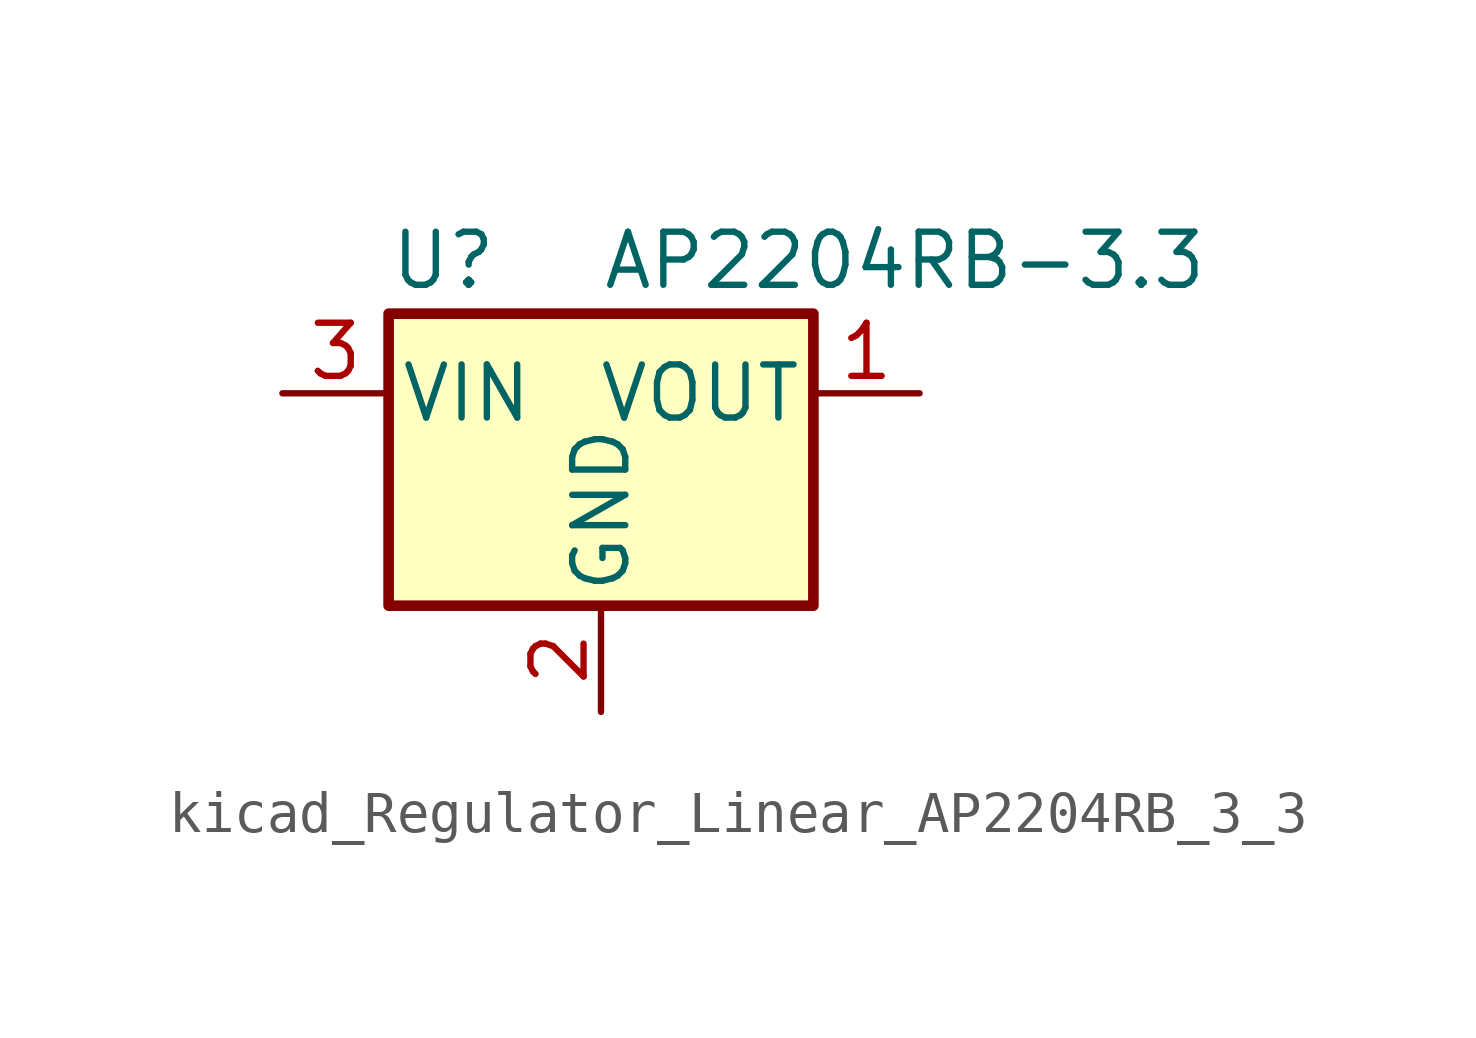
<source format=kicad_sym>
(kicad_symbol_lib
  (version 20220914)
  (generator kicad_symbol_editor)
  (symbol "kicad_Regulator_Linear_AP2204RB_3_3"
    (pin_names
      (offset 0.254))
    (property "Reference" "U"
      (at -5.08 3.175 0)
      (effects (font (size 1.27 1.27)) (justify left)))
    (property "Value" "AP2204RB-3.3"
      (at 0 3.175 0)
      (effects (font (size 1.27 1.27)) (justify left)))
    (symbol "kicad_Regulator_Linear_AP2204RB_3_3_0_1"
      (rectangle (start -5.08 1.905) (end 5.08 -5.08) (stroke (width 0.254) (type default)) (fill (type background))))
    (symbol "kicad_Regulator_Linear_AP2204RB_3_3_1_1"
      (pin power_out line (at 7.62 0 180) (length 2.54) (name "VOUT" (effects (font (size 1.27 1.27)))) (number "1" (effects (font (size 1.27 1.27)))))
      (pin power_in line (at 0 -7.62 90) (length 2.54) (name "GND" (effects (font (size 1.27 1.27)))) (number "2" (effects (font (size 1.27 1.27)))))
      (pin power_in line (at -7.62 0 0) (length 2.54) (name "VIN" (effects (font (size 1.27 1.27)))) (number "3" (effects (font (size 1.27 1.27))))))))
</source>
